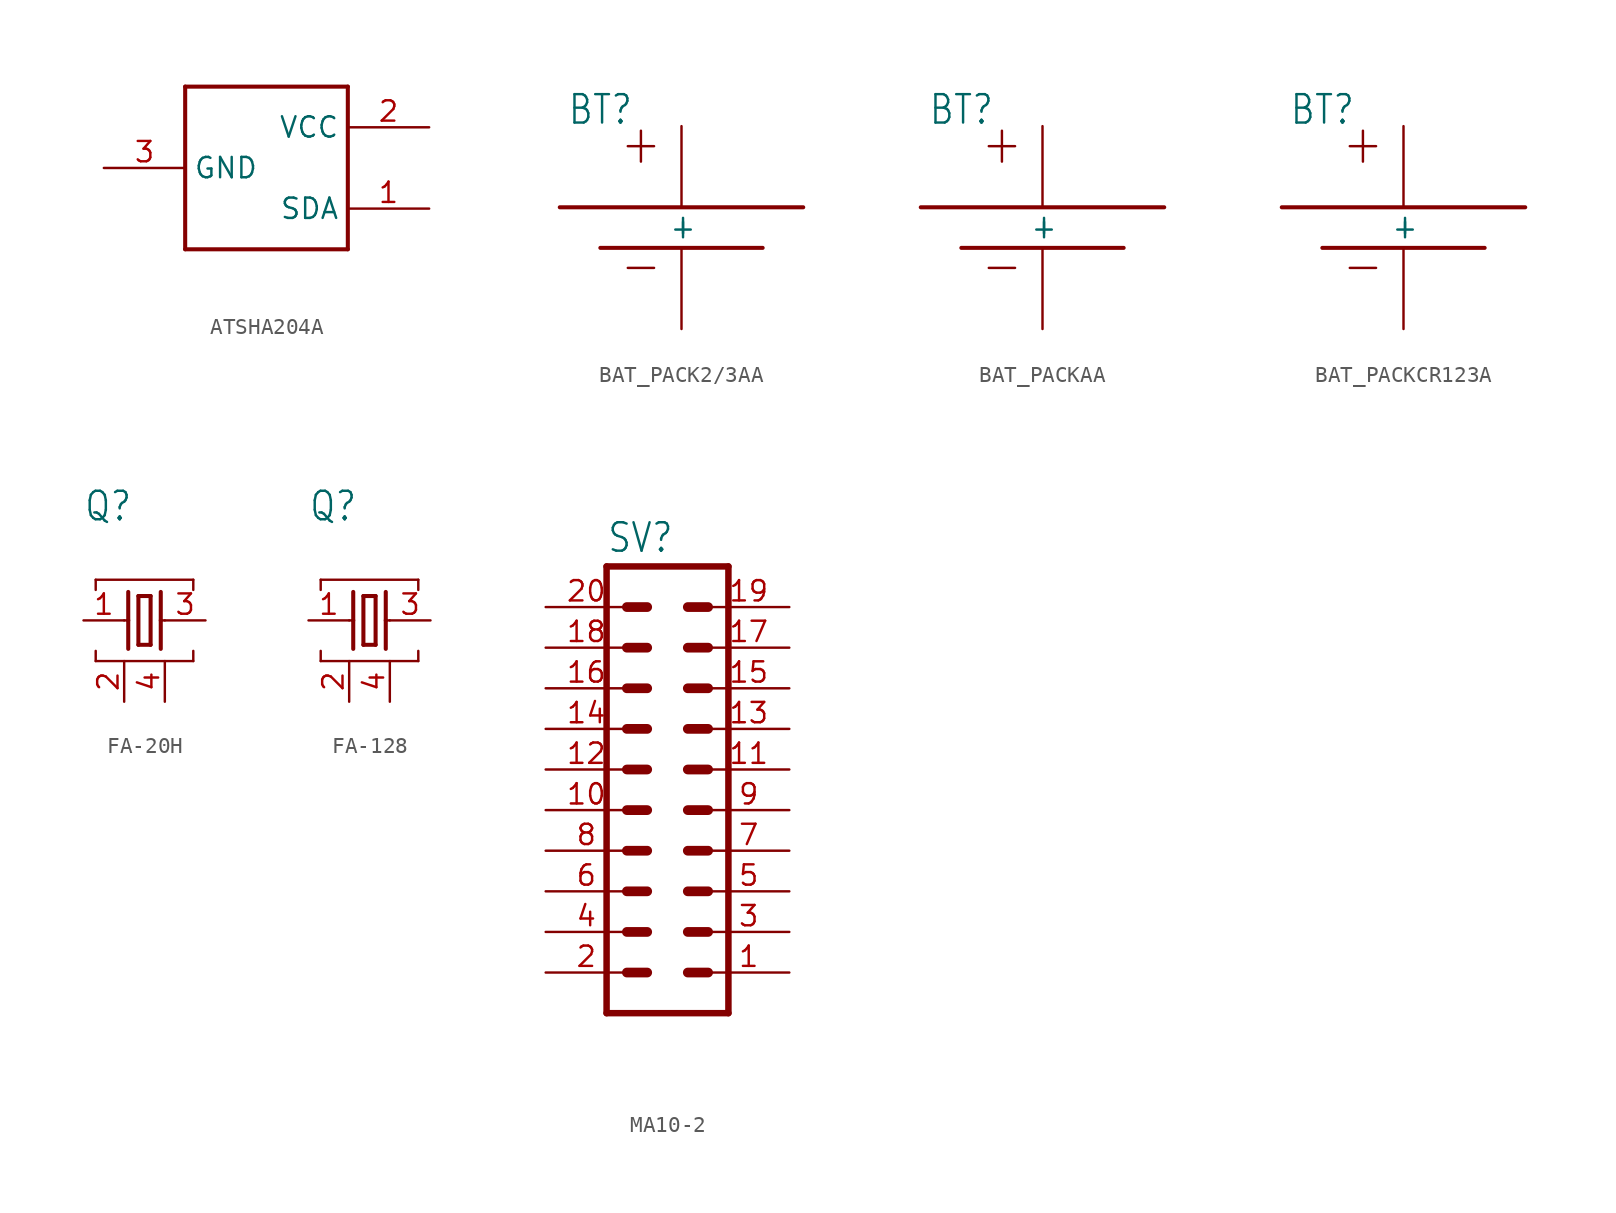
<source format=kicad_sym>
(kicad_symbol_lib
  (version 20220914)
  (generator kicad_symbol_editor)
  (symbol "ATSHA204A"
    (property "Reference" ""
      (at -5.08 7.62 0)
      (effects (font (size 1.27 1.079)) (justify left bottom) hide))
    (property "Value" ""
      (at -5.08 -7.62 0)
      (effects (font (size 1.27 1.079)) (justify left bottom)))
    (property "ki_locked" ""
      (at 0 0 0)
      (effects (font (size 1.27 1.27))))
    (symbol "ATSHA204A_1_0"
      (polyline (pts (xy -5.08 -5.08) (xy -5.08 5.08)) (stroke (width 0.254) (type solid)) (fill (type none)))
      (polyline (pts (xy -5.08 5.08) (xy 5.08 5.08)) (stroke (width 0.254) (type solid)) (fill (type none)))
      (polyline (pts (xy 5.08 -5.08) (xy -5.08 -5.08)) (stroke (width 0.254) (type solid)) (fill (type none)))
      (polyline (pts (xy 5.08 5.08) (xy 5.08 -5.08)) (stroke (width 0.254) (type solid)) (fill (type none)))
      (pin bidirectional line (at 10.16 -2.54 180) (length 5.08) (name "SDA" (effects (font (size 1.27 1.27)))) (number "1" (effects (font (size 1.27 1.27)))))
      (pin bidirectional line (at 10.16 2.54 180) (length 5.08) (name "VCC" (effects (font (size 1.27 1.27)))) (number "2" (effects (font (size 1.27 1.27)))))
      (pin bidirectional line (at -10.16 0 0) (length 5.08) (name "GND" (effects (font (size 1.27 1.27)))) (number "3" (effects (font (size 1.27 1.27)))))))
  (symbol "BAT_PACK2/3AA"
    (property "Reference" "BT"
      (at -5.08 7.62 0)
      (effects (font (size 1.778 1.511)) (justify bottom)))
    (property "Value" ""
      (at -5.08 -5.08 0)
      (effects (font (size 1.778 1.511)) (justify bottom)))
    (property "ki_locked" ""
      (at 0 0 0)
      (effects (font (size 1.27 1.27))))
    (symbol "BAT_PACK2/3AA_1_0"
      (polyline (pts (xy -7.62 2.54) (xy 7.62 2.54)) (stroke (width 0.254) (type solid)) (fill (type none)))
      (polyline (pts (xy -5.08 0) (xy 5.08 0)) (stroke (width 0.254) (type solid)) (fill (type none)))
      (text "+" (at -2.54 5.08 0) (effects (font (size 2.54 2.159)) (justify bottom)))
      (text "-" (at -2.54 -2.54 0) (effects (font (size 2.54 2.159)) (justify bottom)))
      (pin bidirectional line (at 0 7.62 270) (length 5.08) (name "+" (effects (font (size 1.27 1.27)))) (number "+" (effects (font (size 0 0)))))
      (pin bidirectional line (at 0 -5.08 90) (length 5.08) (name "-" (effects (font (size 1.27 1.27)))) (number "-" (effects (font (size 0 0)))))))
  (symbol "BAT_PACKAA"
    (property "Reference" "BT"
      (at -5.08 7.62 0)
      (effects (font (size 1.778 1.511)) (justify bottom)))
    (property "Value" ""
      (at -5.08 -5.08 0)
      (effects (font (size 1.778 1.511)) (justify bottom)))
    (property "ki_locked" ""
      (at 0 0 0)
      (effects (font (size 1.27 1.27))))
    (symbol "BAT_PACKAA_1_0"
      (polyline (pts (xy -7.62 2.54) (xy 7.62 2.54)) (stroke (width 0.254) (type solid)) (fill (type none)))
      (polyline (pts (xy -5.08 0) (xy 5.08 0)) (stroke (width 0.254) (type solid)) (fill (type none)))
      (text "+" (at -2.54 5.08 0) (effects (font (size 2.54 2.159)) (justify bottom)))
      (text "-" (at -2.54 -2.54 0) (effects (font (size 2.54 2.159)) (justify bottom)))
      (pin bidirectional line (at 0 7.62 270) (length 5.08) (name "+" (effects (font (size 1.27 1.27)))) (number "+" (effects (font (size 0 0)))))
      (pin bidirectional line (at 0 -5.08 90) (length 5.08) (name "-" (effects (font (size 1.27 1.27)))) (number "-" (effects (font (size 0 0)))))))
  (symbol "BAT_PACKCR123A"
    (property "Reference" "BT"
      (at -5.08 7.62 0)
      (effects (font (size 1.778 1.511)) (justify bottom)))
    (property "Value" ""
      (at -5.08 -5.08 0)
      (effects (font (size 1.778 1.511)) (justify bottom)))
    (property "ki_locked" ""
      (at 0 0 0)
      (effects (font (size 1.27 1.27))))
    (symbol "BAT_PACKCR123A_1_0"
      (polyline (pts (xy -7.62 2.54) (xy 7.62 2.54)) (stroke (width 0.254) (type solid)) (fill (type none)))
      (polyline (pts (xy -5.08 0) (xy 5.08 0)) (stroke (width 0.254) (type solid)) (fill (type none)))
      (text "+" (at -2.54 5.08 0) (effects (font (size 2.54 2.159)) (justify bottom)))
      (text "-" (at -2.54 -2.54 0) (effects (font (size 2.54 2.159)) (justify bottom)))
      (pin bidirectional line (at 0 7.62 270) (length 5.08) (name "+" (effects (font (size 1.27 1.27)))) (number "+" (effects (font (size 0 0)))))
      (pin bidirectional line (at 0 -5.08 90) (length 5.08) (name "-" (effects (font (size 1.27 1.27)))) (number "-" (effects (font (size 0 0)))))))
  (symbol "FA-20H"
    (property "Reference" "Q"
      (at -2.54 6.096 0)
      (effects (font (size 1.778 1.511)) (justify left bottom)))
    (property "Value" ""
      (at -2.54 3.81 0)
      (effects (font (size 1.778 1.511)) (justify left bottom)))
    (property "ki_locked" ""
      (at 0 0 0)
      (effects (font (size 1.27 1.27))))
    (symbol "FA-20H_1_0"
      (polyline (pts (xy -1.778 -2.54) (xy -1.778 -1.905)) (stroke (width 0.152) (type solid)) (fill (type none)))
      (polyline (pts (xy -1.778 -2.54) (xy 4.318 -2.54)) (stroke (width 0.152) (type solid)) (fill (type none)))
      (polyline (pts (xy -1.778 1.905) (xy -1.778 2.54)) (stroke (width 0.152) (type solid)) (fill (type none)))
      (polyline (pts (xy -1.778 2.54) (xy 4.318 2.54)) (stroke (width 0.152) (type solid)) (fill (type none)))
      (polyline (pts (xy 0 0) (xy 0.254 0)) (stroke (width 0.152) (type solid)) (fill (type none)))
      (polyline (pts (xy 0.254 0) (xy 0.254 -1.778)) (stroke (width 0.254) (type solid)) (fill (type none)))
      (polyline (pts (xy 0.254 1.778) (xy 0.254 0)) (stroke (width 0.254) (type solid)) (fill (type none)))
      (polyline (pts (xy 0.889 -1.524) (xy 1.651 -1.524)) (stroke (width 0.254) (type solid)) (fill (type none)))
      (polyline (pts (xy 0.889 1.524) (xy 0.889 -1.524)) (stroke (width 0.254) (type solid)) (fill (type none)))
      (polyline (pts (xy 1.651 -1.524) (xy 1.651 1.524)) (stroke (width 0.254) (type solid)) (fill (type none)))
      (polyline (pts (xy 1.651 1.524) (xy 0.889 1.524)) (stroke (width 0.254) (type solid)) (fill (type none)))
      (polyline (pts (xy 2.286 0) (xy 2.286 -1.778)) (stroke (width 0.254) (type solid)) (fill (type none)))
      (polyline (pts (xy 2.286 0) (xy 2.54 0)) (stroke (width 0.152) (type solid)) (fill (type none)))
      (polyline (pts (xy 2.286 1.778) (xy 2.286 0)) (stroke (width 0.254) (type solid)) (fill (type none)))
      (polyline (pts (xy 4.318 -1.905) (xy 4.318 -2.54)) (stroke (width 0.152) (type solid)) (fill (type none)))
      (polyline (pts (xy 4.318 2.54) (xy 4.318 1.905)) (stroke (width 0.152) (type solid)) (fill (type none)))
      (pin passive line (at -2.54 0 0) (length 2.54) (name "1" (effects (font (size 0 0)))) (number "1" (effects (font (size 1.27 1.27)))))
      (pin passive line (at 0 -5.08 90) (length 2.54) (name "2" (effects (font (size 0 0)))) (number "2" (effects (font (size 1.27 1.27)))))
      (pin passive line (at 5.08 0 180) (length 2.54) (name "3" (effects (font (size 0 0)))) (number "3" (effects (font (size 1.27 1.27)))))
      (pin passive line (at 2.54 -5.08 90) (length 2.54) (name "4" (effects (font (size 0 0)))) (number "4" (effects (font (size 1.27 1.27)))))))
  (symbol "FA-128"
    (property "Reference" "Q"
      (at -2.54 6.096 0)
      (effects (font (size 1.778 1.511)) (justify left bottom)))
    (property "Value" ""
      (at -2.54 3.81 0)
      (effects (font (size 1.778 1.511)) (justify left bottom)))
    (property "ki_locked" ""
      (at 0 0 0)
      (effects (font (size 1.27 1.27))))
    (symbol "FA-128_1_0"
      (polyline (pts (xy -1.778 -2.54) (xy -1.778 -1.905)) (stroke (width 0.152) (type solid)) (fill (type none)))
      (polyline (pts (xy -1.778 -2.54) (xy 4.318 -2.54)) (stroke (width 0.152) (type solid)) (fill (type none)))
      (polyline (pts (xy -1.778 1.905) (xy -1.778 2.54)) (stroke (width 0.152) (type solid)) (fill (type none)))
      (polyline (pts (xy -1.778 2.54) (xy 4.318 2.54)) (stroke (width 0.152) (type solid)) (fill (type none)))
      (polyline (pts (xy 0 0) (xy 0.254 0)) (stroke (width 0.152) (type solid)) (fill (type none)))
      (polyline (pts (xy 0.254 0) (xy 0.254 -1.778)) (stroke (width 0.254) (type solid)) (fill (type none)))
      (polyline (pts (xy 0.254 1.778) (xy 0.254 0)) (stroke (width 0.254) (type solid)) (fill (type none)))
      (polyline (pts (xy 0.889 -1.524) (xy 1.651 -1.524)) (stroke (width 0.254) (type solid)) (fill (type none)))
      (polyline (pts (xy 0.889 1.524) (xy 0.889 -1.524)) (stroke (width 0.254) (type solid)) (fill (type none)))
      (polyline (pts (xy 1.651 -1.524) (xy 1.651 1.524)) (stroke (width 0.254) (type solid)) (fill (type none)))
      (polyline (pts (xy 1.651 1.524) (xy 0.889 1.524)) (stroke (width 0.254) (type solid)) (fill (type none)))
      (polyline (pts (xy 2.286 0) (xy 2.286 -1.778)) (stroke (width 0.254) (type solid)) (fill (type none)))
      (polyline (pts (xy 2.286 0) (xy 2.54 0)) (stroke (width 0.152) (type solid)) (fill (type none)))
      (polyline (pts (xy 2.286 1.778) (xy 2.286 0)) (stroke (width 0.254) (type solid)) (fill (type none)))
      (polyline (pts (xy 4.318 -1.905) (xy 4.318 -2.54)) (stroke (width 0.152) (type solid)) (fill (type none)))
      (polyline (pts (xy 4.318 2.54) (xy 4.318 1.905)) (stroke (width 0.152) (type solid)) (fill (type none)))
      (pin passive line (at -2.54 0 0) (length 2.54) (name "1" (effects (font (size 0 0)))) (number "1" (effects (font (size 1.27 1.27)))))
      (pin passive line (at 0 -5.08 90) (length 2.54) (name "2" (effects (font (size 0 0)))) (number "2" (effects (font (size 1.27 1.27)))))
      (pin passive line (at 5.08 0 180) (length 2.54) (name "3" (effects (font (size 0 0)))) (number "3" (effects (font (size 1.27 1.27)))))
      (pin passive line (at 2.54 -5.08 90) (length 2.54) (name "4" (effects (font (size 0 0)))) (number "4" (effects (font (size 1.27 1.27)))))))
  (symbol "MA10-2"
    (property "Reference" "SV"
      (at -3.81 16.002 0)
      (effects (font (size 1.778 1.511)) (justify left bottom)))
    (property "Value" ""
      (at -3.81 -15.24 0)
      (effects (font (size 1.778 1.511)) (justify left bottom)))
    (property "ki_locked" ""
      (at 0 0 0)
      (effects (font (size 1.27 1.27))))
    (symbol "MA10-2_1_0"
      (polyline (pts (xy -3.81 15.24) (xy -3.81 -12.7)) (stroke (width 0.406) (type solid)) (fill (type none)))
      (polyline (pts (xy -3.81 15.24) (xy 3.81 15.24)) (stroke (width 0.406) (type solid)) (fill (type none)))
      (polyline (pts (xy -2.54 -10.16) (xy -1.27 -10.16)) (stroke (width 0.61) (type solid)) (fill (type none)))
      (polyline (pts (xy -2.54 -7.62) (xy -1.27 -7.62)) (stroke (width 0.61) (type solid)) (fill (type none)))
      (polyline (pts (xy -2.54 -5.08) (xy -1.27 -5.08)) (stroke (width 0.61) (type solid)) (fill (type none)))
      (polyline (pts (xy -2.54 -2.54) (xy -1.27 -2.54)) (stroke (width 0.61) (type solid)) (fill (type none)))
      (polyline (pts (xy -2.54 0) (xy -1.27 0)) (stroke (width 0.61) (type solid)) (fill (type none)))
      (polyline (pts (xy -2.54 2.54) (xy -1.27 2.54)) (stroke (width 0.61) (type solid)) (fill (type none)))
      (polyline (pts (xy -2.54 5.08) (xy -1.27 5.08)) (stroke (width 0.61) (type solid)) (fill (type none)))
      (polyline (pts (xy -2.54 7.62) (xy -1.27 7.62)) (stroke (width 0.61) (type solid)) (fill (type none)))
      (polyline (pts (xy -2.54 10.16) (xy -1.27 10.16)) (stroke (width 0.61) (type solid)) (fill (type none)))
      (polyline (pts (xy -2.54 12.7) (xy -1.27 12.7)) (stroke (width 0.61) (type solid)) (fill (type none)))
      (polyline (pts (xy 1.27 -10.16) (xy 2.54 -10.16)) (stroke (width 0.61) (type solid)) (fill (type none)))
      (polyline (pts (xy 1.27 -7.62) (xy 2.54 -7.62)) (stroke (width 0.61) (type solid)) (fill (type none)))
      (polyline (pts (xy 1.27 -5.08) (xy 2.54 -5.08)) (stroke (width 0.61) (type solid)) (fill (type none)))
      (polyline (pts (xy 1.27 -2.54) (xy 2.54 -2.54)) (stroke (width 0.61) (type solid)) (fill (type none)))
      (polyline (pts (xy 1.27 0) (xy 2.54 0)) (stroke (width 0.61) (type solid)) (fill (type none)))
      (polyline (pts (xy 1.27 2.54) (xy 2.54 2.54)) (stroke (width 0.61) (type solid)) (fill (type none)))
      (polyline (pts (xy 1.27 5.08) (xy 2.54 5.08)) (stroke (width 0.61) (type solid)) (fill (type none)))
      (polyline (pts (xy 1.27 7.62) (xy 2.54 7.62)) (stroke (width 0.61) (type solid)) (fill (type none)))
      (polyline (pts (xy 1.27 10.16) (xy 2.54 10.16)) (stroke (width 0.61) (type solid)) (fill (type none)))
      (polyline (pts (xy 1.27 12.7) (xy 2.54 12.7)) (stroke (width 0.61) (type solid)) (fill (type none)))
      (polyline (pts (xy 3.81 -12.7) (xy -3.81 -12.7)) (stroke (width 0.406) (type solid)) (fill (type none)))
      (polyline (pts (xy 3.81 -12.7) (xy 3.81 15.24)) (stroke (width 0.406) (type solid)) (fill (type none)))
      (pin passive line (at 7.62 -10.16 180) (length 5.08) (name "1" (effects (font (size 0 0)))) (number "1" (effects (font (size 1.27 1.27)))))
      (pin passive line (at -7.62 0 0) (length 5.08) (name "10" (effects (font (size 0 0)))) (number "10" (effects (font (size 1.27 1.27)))))
      (pin passive line (at 7.62 2.54 180) (length 5.08) (name "11" (effects (font (size 0 0)))) (number "11" (effects (font (size 1.27 1.27)))))
      (pin passive line (at -7.62 2.54 0) (length 5.08) (name "12" (effects (font (size 0 0)))) (number "12" (effects (font (size 1.27 1.27)))))
      (pin passive line (at 7.62 5.08 180) (length 5.08) (name "13" (effects (font (size 0 0)))) (number "13" (effects (font (size 1.27 1.27)))))
      (pin passive line (at -7.62 5.08 0) (length 5.08) (name "14" (effects (font (size 0 0)))) (number "14" (effects (font (size 1.27 1.27)))))
      (pin passive line (at 7.62 7.62 180) (length 5.08) (name "15" (effects (font (size 0 0)))) (number "15" (effects (font (size 1.27 1.27)))))
      (pin passive line (at -7.62 7.62 0) (length 5.08) (name "16" (effects (font (size 0 0)))) (number "16" (effects (font (size 1.27 1.27)))))
      (pin passive line (at 7.62 10.16 180) (length 5.08) (name "17" (effects (font (size 0 0)))) (number "17" (effects (font (size 1.27 1.27)))))
      (pin passive line (at -7.62 10.16 0) (length 5.08) (name "18" (effects (font (size 0 0)))) (number "18" (effects (font (size 1.27 1.27)))))
      (pin passive line (at 7.62 12.7 180) (length 5.08) (name "19" (effects (font (size 0 0)))) (number "19" (effects (font (size 1.27 1.27)))))
      (pin passive line (at -7.62 -10.16 0) (length 5.08) (name "2" (effects (font (size 0 0)))) (number "2" (effects (font (size 1.27 1.27)))))
      (pin passive line (at -7.62 12.7 0) (length 5.08) (name "20" (effects (font (size 0 0)))) (number "20" (effects (font (size 1.27 1.27)))))
      (pin passive line (at 7.62 -7.62 180) (length 5.08) (name "3" (effects (font (size 0 0)))) (number "3" (effects (font (size 1.27 1.27)))))
      (pin passive line (at -7.62 -7.62 0) (length 5.08) (name "4" (effects (font (size 0 0)))) (number "4" (effects (font (size 1.27 1.27)))))
      (pin passive line (at 7.62 -5.08 180) (length 5.08) (name "5" (effects (font (size 0 0)))) (number "5" (effects (font (size 1.27 1.27)))))
      (pin passive line (at -7.62 -5.08 0) (length 5.08) (name "6" (effects (font (size 0 0)))) (number "6" (effects (font (size 1.27 1.27)))))
      (pin passive line (at 7.62 -2.54 180) (length 5.08) (name "7" (effects (font (size 0 0)))) (number "7" (effects (font (size 1.27 1.27)))))
      (pin passive line (at -7.62 -2.54 0) (length 5.08) (name "8" (effects (font (size 0 0)))) (number "8" (effects (font (size 1.27 1.27)))))
      (pin passive line (at 7.62 0 180) (length 5.08) (name "9" (effects (font (size 0 0)))) (number "9" (effects (font (size 1.27 1.27))))))))
</source>
